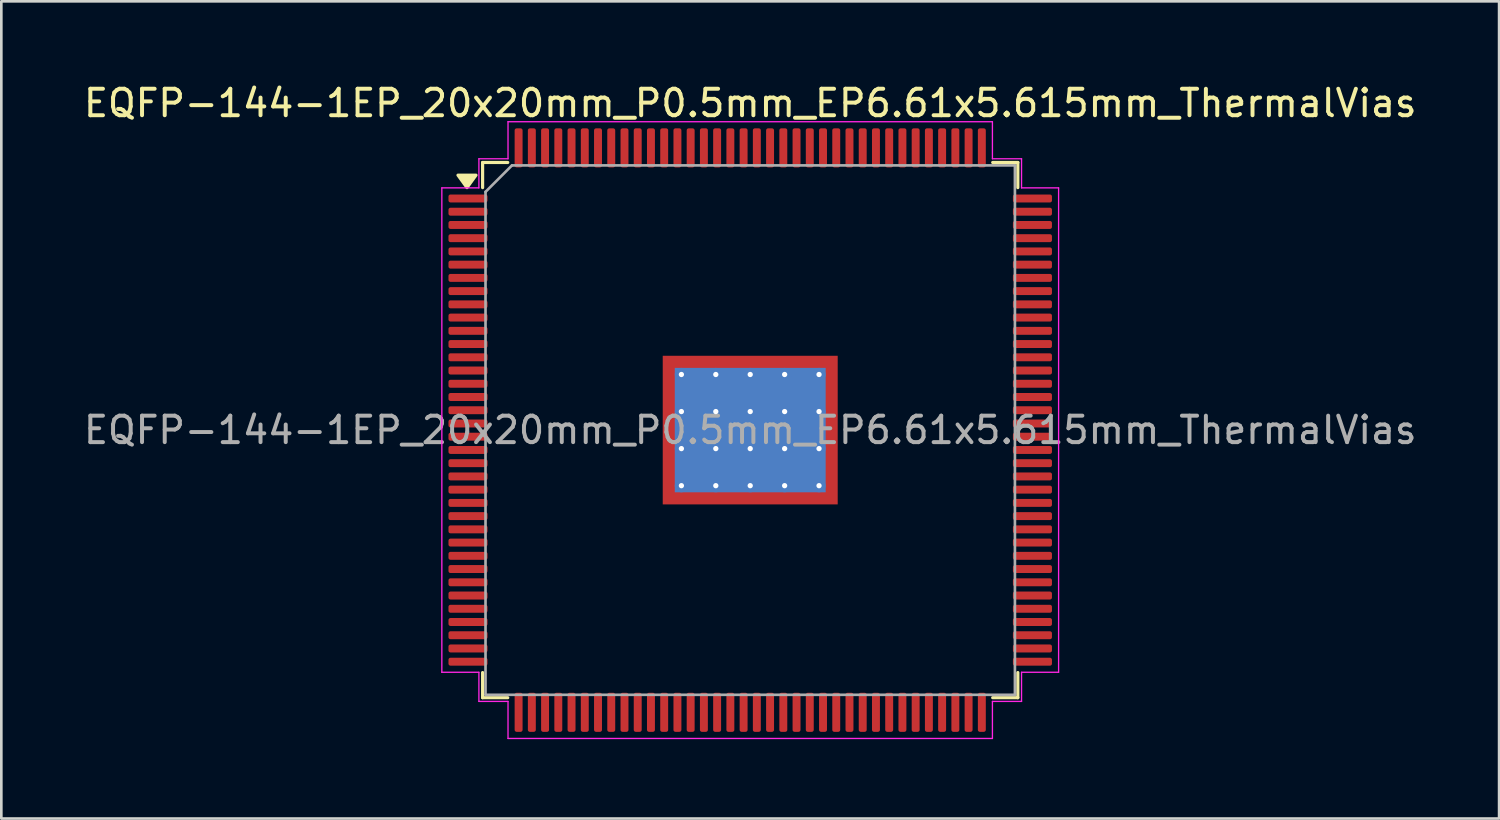
<source format=kicad_pcb>
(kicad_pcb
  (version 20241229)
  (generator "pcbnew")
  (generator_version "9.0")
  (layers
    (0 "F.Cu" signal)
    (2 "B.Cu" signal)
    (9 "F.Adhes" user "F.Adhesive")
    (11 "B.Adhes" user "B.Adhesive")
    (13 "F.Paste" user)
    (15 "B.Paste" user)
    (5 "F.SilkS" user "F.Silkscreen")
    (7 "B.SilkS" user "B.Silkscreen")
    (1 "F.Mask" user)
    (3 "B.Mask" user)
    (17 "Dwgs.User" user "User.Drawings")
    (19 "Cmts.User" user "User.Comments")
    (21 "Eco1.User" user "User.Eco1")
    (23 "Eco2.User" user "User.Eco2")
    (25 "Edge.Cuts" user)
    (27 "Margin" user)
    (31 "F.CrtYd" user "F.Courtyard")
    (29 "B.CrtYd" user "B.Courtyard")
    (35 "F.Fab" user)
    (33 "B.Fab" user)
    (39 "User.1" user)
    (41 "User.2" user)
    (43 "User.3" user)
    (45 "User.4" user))
  (footprint "EQFP-144-1EP_20x20mm_P0.5mm_EP6.61x5.615mm_ThermalVias"
    (layer "F.Cu")
    (at 25.292 13.198)
    (property "Reference" "EQFP-144-1EP_20x20mm_P0.5mm_EP6.61x5.615mm_ThermalVias" (at 0 -12.35 0) (layer "F.SilkS") (effects (font (size 1 1) (thickness 0.15))))
    (attr smd)
    (fp_line (start -10.11 -10.11) (end -10.11 -9.16) (stroke (width 0.12) (type solid)) (layer "F.SilkS"))
    (fp_line (start -10.11 10.11) (end -10.11 9.16) (stroke (width 0.12) (type solid)) (layer "F.SilkS"))
    (fp_line (start -9.16 -10.11) (end -10.11 -10.11) (stroke (width 0.12) (type solid)) (layer "F.SilkS"))
    (fp_line (start -9.16 10.11) (end -10.11 10.11) (stroke (width 0.12) (type solid)) (layer "F.SilkS"))
    (fp_line (start 9.16 -10.11) (end 10.11 -10.11) (stroke (width 0.12) (type solid)) (layer "F.SilkS"))
    (fp_line (start 9.16 10.11) (end 10.11 10.11) (stroke (width 0.12) (type solid)) (layer "F.SilkS"))
    (fp_line (start 10.11 -10.11) (end 10.11 -9.16) (stroke (width 0.12) (type solid)) (layer "F.SilkS"))
    (fp_line (start 10.11 10.11) (end 10.11 9.16) (stroke (width 0.12) (type solid)) (layer "F.SilkS"))
    (fp_poly (pts (xy -10.7 -9.16) (xy -11.04 -9.63) (xy -10.36 -9.63)) (stroke (width 0.12) (type solid)) (fill yes) (layer "F.SilkS"))
    (fp_line (start -11.65 -9.15) (end -10.25 -9.15) (stroke (width 0.05) (type solid)) (layer "F.CrtYd"))
    (fp_line (start -11.65 9.15) (end -11.65 -9.15) (stroke (width 0.05) (type solid)) (layer "F.CrtYd"))
    (fp_line (start -10.25 -10.25) (end -9.15 -10.25) (stroke (width 0.05) (type solid)) (layer "F.CrtYd"))
    (fp_line (start -10.25 -9.15) (end -10.25 -10.25) (stroke (width 0.05) (type solid)) (layer "F.CrtYd"))
    (fp_line (start -10.25 9.15) (end -11.65 9.15) (stroke (width 0.05) (type solid)) (layer "F.CrtYd"))
    (fp_line (start -10.25 10.25) (end -10.25 9.15) (stroke (width 0.05) (type solid)) (layer "F.CrtYd"))
    (fp_line (start -9.15 -11.65) (end 9.15 -11.65) (stroke (width 0.05) (type solid)) (layer "F.CrtYd"))
    (fp_line (start -9.15 -10.25) (end -9.15 -11.65) (stroke (width 0.05) (type solid)) (layer "F.CrtYd"))
    (fp_line (start -9.15 10.25) (end -10.25 10.25) (stroke (width 0.05) (type solid)) (layer "F.CrtYd"))
    (fp_line (start -9.15 11.65) (end -9.15 10.25) (stroke (width 0.05) (type solid)) (layer "F.CrtYd"))
    (fp_line (start 9.15 -11.65) (end 9.15 -10.25) (stroke (width 0.05) (type solid)) (layer "F.CrtYd"))
    (fp_line (start 9.15 -10.25) (end 10.25 -10.25) (stroke (width 0.05) (type solid)) (layer "F.CrtYd"))
    (fp_line (start 9.15 10.25) (end 9.15 11.65) (stroke (width 0.05) (type solid)) (layer "F.CrtYd"))
    (fp_line (start 9.15 11.65) (end -9.15 11.65) (stroke (width 0.05) (type solid)) (layer "F.CrtYd"))
    (fp_line (start 10.25 -10.25) (end 10.25 -9.15) (stroke (width 0.05) (type solid)) (layer "F.CrtYd"))
    (fp_line (start 10.25 -9.15) (end 11.65 -9.15) (stroke (width 0.05) (type solid)) (layer "F.CrtYd"))
    (fp_line (start 10.25 9.15) (end 10.25 10.25) (stroke (width 0.05) (type solid)) (layer "F.CrtYd"))
    (fp_line (start 10.25 10.25) (end 9.15 10.25) (stroke (width 0.05) (type solid)) (layer "F.CrtYd"))
    (fp_line (start 11.65 -9.15) (end 11.65 9.15) (stroke (width 0.05) (type solid)) (layer "F.CrtYd"))
    (fp_line (start 11.65 9.15) (end 10.25 9.15) (stroke (width 0.05) (type solid)) (layer "F.CrtYd"))
    (fp_line (start -10 -9) (end -9 -10) (stroke (width 0.1) (type solid)) (layer "F.Fab"))
    (fp_line (start -10 10) (end -10 -9) (stroke (width 0.1) (type solid)) (layer "F.Fab"))
    (fp_line (start -9 -10) (end 10 -10) (stroke (width 0.1) (type solid)) (layer "F.Fab"))
    (fp_line (start 10 -10) (end 10 10) (stroke (width 0.1) (type solid)) (layer "F.Fab"))
    (fp_line (start 10 10) (end -10 10) (stroke (width 0.1) (type solid)) (layer "F.Fab"))
    (fp_text user "${REFERENCE}" (at 0 0 0) (layer "F.Fab") (effects (font (size 1 1) (thickness 0.15))))
    (pad "" smd roundrect (at -2.64 -2.1) (size 1.07 1.13) (layers "F.Paste") (roundrect_rratio 0.234))
    (pad "" smd roundrect (at -2.64 -0.7) (size 1.07 1.13) (layers "F.Paste") (roundrect_rratio 0.234))
    (pad "" smd roundrect (at -2.64 0.7) (size 1.07 1.13) (layers "F.Paste") (roundrect_rratio 0.234))
    (pad "" smd roundrect (at -2.64 2.1) (size 1.07 1.13) (layers "F.Paste") (roundrect_rratio 0.234))
    (pad "" smd roundrect (at -1.32 -2.1) (size 1.07 1.13) (layers "F.Paste") (roundrect_rratio 0.234))
    (pad "" smd roundrect (at -1.32 -0.7) (size 1.07 1.13) (layers "F.Paste") (roundrect_rratio 0.234))
    (pad "" smd roundrect (at -1.32 0.7) (size 1.07 1.13) (layers "F.Paste") (roundrect_rratio 0.234))
    (pad "" smd roundrect (at -1.32 2.1) (size 1.07 1.13) (layers "F.Paste") (roundrect_rratio 0.234))
    (pad "" smd roundrect (at 0 -2.1) (size 1.07 1.13) (layers "F.Paste") (roundrect_rratio 0.234))
    (pad "" smd roundrect (at 0 -0.7) (size 1.07 1.13) (layers "F.Paste") (roundrect_rratio 0.234))
    (pad "" smd roundrect (at 0 0.7) (size 1.07 1.13) (layers "F.Paste") (roundrect_rratio 0.234))
    (pad "" smd roundrect (at 0 2.1) (size 1.07 1.13) (layers "F.Paste") (roundrect_rratio 0.234))
    (pad "" smd roundrect (at 1.32 -2.1) (size 1.07 1.13) (layers "F.Paste") (roundrect_rratio 0.234))
    (pad "" smd roundrect (at 1.32 -0.7) (size 1.07 1.13) (layers "F.Paste") (roundrect_rratio 0.234))
    (pad "" smd roundrect (at 1.32 0.7) (size 1.07 1.13) (layers "F.Paste") (roundrect_rratio 0.234))
    (pad "" smd roundrect (at 1.32 2.1) (size 1.07 1.13) (layers "F.Paste") (roundrect_rratio 0.234))
    (pad "" smd roundrect (at 2.64 -2.1) (size 1.07 1.13) (layers "F.Paste") (roundrect_rratio 0.234))
    (pad "" smd roundrect (at 2.64 -0.7) (size 1.07 1.13) (layers "F.Paste") (roundrect_rratio 0.234))
    (pad "" smd roundrect (at 2.64 0.7) (size 1.07 1.13) (layers "F.Paste") (roundrect_rratio 0.234))
    (pad "" smd roundrect (at 2.64 2.1) (size 1.07 1.13) (layers "F.Paste") (roundrect_rratio 0.234))
    (pad "1" smd roundrect (at -10.662 -8.75) (size 1.475 0.3) (layers "F.Cu" "F.Mask" "F.Paste") (roundrect_rratio 0.25))
    (pad "2" smd roundrect (at -10.662 -8.25) (size 1.475 0.3) (layers "F.Cu" "F.Mask" "F.Paste") (roundrect_rratio 0.25))
    (pad "3" smd roundrect (at -10.662 -7.75) (size 1.475 0.3) (layers "F.Cu" "F.Mask" "F.Paste") (roundrect_rratio 0.25))
    (pad "4" smd roundrect (at -10.662 -7.25) (size 1.475 0.3) (layers "F.Cu" "F.Mask" "F.Paste") (roundrect_rratio 0.25))
    (pad "5" smd roundrect (at -10.662 -6.75) (size 1.475 0.3) (layers "F.Cu" "F.Mask" "F.Paste") (roundrect_rratio 0.25))
    (pad "6" smd roundrect (at -10.662 -6.25) (size 1.475 0.3) (layers "F.Cu" "F.Mask" "F.Paste") (roundrect_rratio 0.25))
    (pad "7" smd roundrect (at -10.662 -5.75) (size 1.475 0.3) (layers "F.Cu" "F.Mask" "F.Paste") (roundrect_rratio 0.25))
    (pad "8" smd roundrect (at -10.662 -5.25) (size 1.475 0.3) (layers "F.Cu" "F.Mask" "F.Paste") (roundrect_rratio 0.25))
    (pad "9" smd roundrect (at -10.662 -4.75) (size 1.475 0.3) (layers "F.Cu" "F.Mask" "F.Paste") (roundrect_rratio 0.25))
    (pad "10" smd roundrect (at -10.662 -4.25) (size 1.475 0.3) (layers "F.Cu" "F.Mask" "F.Paste") (roundrect_rratio 0.25))
    (pad "11" smd roundrect (at -10.662 -3.75) (size 1.475 0.3) (layers "F.Cu" "F.Mask" "F.Paste") (roundrect_rratio 0.25))
    (pad "12" smd roundrect (at -10.662 -3.25) (size 1.475 0.3) (layers "F.Cu" "F.Mask" "F.Paste") (roundrect_rratio 0.25))
    (pad "13" smd roundrect (at -10.662 -2.75) (size 1.475 0.3) (layers "F.Cu" "F.Mask" "F.Paste") (roundrect_rratio 0.25))
    (pad "14" smd roundrect (at -10.662 -2.25) (size 1.475 0.3) (layers "F.Cu" "F.Mask" "F.Paste") (roundrect_rratio 0.25))
    (pad "15" smd roundrect (at -10.662 -1.75) (size 1.475 0.3) (layers "F.Cu" "F.Mask" "F.Paste") (roundrect_rratio 0.25))
    (pad "16" smd roundrect (at -10.662 -1.25) (size 1.475 0.3) (layers "F.Cu" "F.Mask" "F.Paste") (roundrect_rratio 0.25))
    (pad "17" smd roundrect (at -10.662 -0.75) (size 1.475 0.3) (layers "F.Cu" "F.Mask" "F.Paste") (roundrect_rratio 0.25))
    (pad "18" smd roundrect (at -10.662 -0.25) (size 1.475 0.3) (layers "F.Cu" "F.Mask" "F.Paste") (roundrect_rratio 0.25))
    (pad "19" smd roundrect (at -10.662 0.25) (size 1.475 0.3) (layers "F.Cu" "F.Mask" "F.Paste") (roundrect_rratio 0.25))
    (pad "20" smd roundrect (at -10.662 0.75) (size 1.475 0.3) (layers "F.Cu" "F.Mask" "F.Paste") (roundrect_rratio 0.25))
    (pad "21" smd roundrect (at -10.662 1.25) (size 1.475 0.3) (layers "F.Cu" "F.Mask" "F.Paste") (roundrect_rratio 0.25))
    (pad "22" smd roundrect (at -10.662 1.75) (size 1.475 0.3) (layers "F.Cu" "F.Mask" "F.Paste") (roundrect_rratio 0.25))
    (pad "23" smd roundrect (at -10.662 2.25) (size 1.475 0.3) (layers "F.Cu" "F.Mask" "F.Paste") (roundrect_rratio 0.25))
    (pad "24" smd roundrect (at -10.662 2.75) (size 1.475 0.3) (layers "F.Cu" "F.Mask" "F.Paste") (roundrect_rratio 0.25))
    (pad "25" smd roundrect (at -10.662 3.25) (size 1.475 0.3) (layers "F.Cu" "F.Mask" "F.Paste") (roundrect_rratio 0.25))
    (pad "26" smd roundrect (at -10.662 3.75) (size 1.475 0.3) (layers "F.Cu" "F.Mask" "F.Paste") (roundrect_rratio 0.25))
    (pad "27" smd roundrect (at -10.662 4.25) (size 1.475 0.3) (layers "F.Cu" "F.Mask" "F.Paste") (roundrect_rratio 0.25))
    (pad "28" smd roundrect (at -10.662 4.75) (size 1.475 0.3) (layers "F.Cu" "F.Mask" "F.Paste") (roundrect_rratio 0.25))
    (pad "29" smd roundrect (at -10.662 5.25) (size 1.475 0.3) (layers "F.Cu" "F.Mask" "F.Paste") (roundrect_rratio 0.25))
    (pad "30" smd roundrect (at -10.662 5.75) (size 1.475 0.3) (layers "F.Cu" "F.Mask" "F.Paste") (roundrect_rratio 0.25))
    (pad "31" smd roundrect (at -10.662 6.25) (size 1.475 0.3) (layers "F.Cu" "F.Mask" "F.Paste") (roundrect_rratio 0.25))
    (pad "32" smd roundrect (at -10.662 6.75) (size 1.475 0.3) (layers "F.Cu" "F.Mask" "F.Paste") (roundrect_rratio 0.25))
    (pad "33" smd roundrect (at -10.662 7.25) (size 1.475 0.3) (layers "F.Cu" "F.Mask" "F.Paste") (roundrect_rratio 0.25))
    (pad "34" smd roundrect (at -10.662 7.75) (size 1.475 0.3) (layers "F.Cu" "F.Mask" "F.Paste") (roundrect_rratio 0.25))
    (pad "35" smd roundrect (at -10.662 8.25) (size 1.475 0.3) (layers "F.Cu" "F.Mask" "F.Paste") (roundrect_rratio 0.25))
    (pad "36" smd roundrect (at -10.662 8.75) (size 1.475 0.3) (layers "F.Cu" "F.Mask" "F.Paste") (roundrect_rratio 0.25))
    (pad "37" smd roundrect (at -8.75 10.662) (size 0.3 1.475) (layers "F.Cu" "F.Mask" "F.Paste") (roundrect_rratio 0.25))
    (pad "38" smd roundrect (at -8.25 10.662) (size 0.3 1.475) (layers "F.Cu" "F.Mask" "F.Paste") (roundrect_rratio 0.25))
    (pad "39" smd roundrect (at -7.75 10.662) (size 0.3 1.475) (layers "F.Cu" "F.Mask" "F.Paste") (roundrect_rratio 0.25))
    (pad "40" smd roundrect (at -7.25 10.662) (size 0.3 1.475) (layers "F.Cu" "F.Mask" "F.Paste") (roundrect_rratio 0.25))
    (pad "41" smd roundrect (at -6.75 10.662) (size 0.3 1.475) (layers "F.Cu" "F.Mask" "F.Paste") (roundrect_rratio 0.25))
    (pad "42" smd roundrect (at -6.25 10.662) (size 0.3 1.475) (layers "F.Cu" "F.Mask" "F.Paste") (roundrect_rratio 0.25))
    (pad "43" smd roundrect (at -5.75 10.662) (size 0.3 1.475) (layers "F.Cu" "F.Mask" "F.Paste") (roundrect_rratio 0.25))
    (pad "44" smd roundrect (at -5.25 10.662) (size 0.3 1.475) (layers "F.Cu" "F.Mask" "F.Paste") (roundrect_rratio 0.25))
    (pad "45" smd roundrect (at -4.75 10.662) (size 0.3 1.475) (layers "F.Cu" "F.Mask" "F.Paste") (roundrect_rratio 0.25))
    (pad "46" smd roundrect (at -4.25 10.662) (size 0.3 1.475) (layers "F.Cu" "F.Mask" "F.Paste") (roundrect_rratio 0.25))
    (pad "47" smd roundrect (at -3.75 10.662) (size 0.3 1.475) (layers "F.Cu" "F.Mask" "F.Paste") (roundrect_rratio 0.25))
    (pad "48" smd roundrect (at -3.25 10.662) (size 0.3 1.475) (layers "F.Cu" "F.Mask" "F.Paste") (roundrect_rratio 0.25))
    (pad "49" smd roundrect (at -2.75 10.662) (size 0.3 1.475) (layers "F.Cu" "F.Mask" "F.Paste") (roundrect_rratio 0.25))
    (pad "50" smd roundrect (at -2.25 10.662) (size 0.3 1.475) (layers "F.Cu" "F.Mask" "F.Paste") (roundrect_rratio 0.25))
    (pad "51" smd roundrect (at -1.75 10.662) (size 0.3 1.475) (layers "F.Cu" "F.Mask" "F.Paste") (roundrect_rratio 0.25))
    (pad "52" smd roundrect (at -1.25 10.662) (size 0.3 1.475) (layers "F.Cu" "F.Mask" "F.Paste") (roundrect_rratio 0.25))
    (pad "53" smd roundrect (at -0.75 10.662) (size 0.3 1.475) (layers "F.Cu" "F.Mask" "F.Paste") (roundrect_rratio 0.25))
    (pad "54" smd roundrect (at -0.25 10.662) (size 0.3 1.475) (layers "F.Cu" "F.Mask" "F.Paste") (roundrect_rratio 0.25))
    (pad "55" smd roundrect (at 0.25 10.662) (size 0.3 1.475) (layers "F.Cu" "F.Mask" "F.Paste") (roundrect_rratio 0.25))
    (pad "56" smd roundrect (at 0.75 10.662) (size 0.3 1.475) (layers "F.Cu" "F.Mask" "F.Paste") (roundrect_rratio 0.25))
    (pad "57" smd roundrect (at 1.25 10.662) (size 0.3 1.475) (layers "F.Cu" "F.Mask" "F.Paste") (roundrect_rratio 0.25))
    (pad "58" smd roundrect (at 1.75 10.662) (size 0.3 1.475) (layers "F.Cu" "F.Mask" "F.Paste") (roundrect_rratio 0.25))
    (pad "59" smd roundrect (at 2.25 10.662) (size 0.3 1.475) (layers "F.Cu" "F.Mask" "F.Paste") (roundrect_rratio 0.25))
    (pad "60" smd roundrect (at 2.75 10.662) (size 0.3 1.475) (layers "F.Cu" "F.Mask" "F.Paste") (roundrect_rratio 0.25))
    (pad "61" smd roundrect (at 3.25 10.662) (size 0.3 1.475) (layers "F.Cu" "F.Mask" "F.Paste") (roundrect_rratio 0.25))
    (pad "62" smd roundrect (at 3.75 10.662) (size 0.3 1.475) (layers "F.Cu" "F.Mask" "F.Paste") (roundrect_rratio 0.25))
    (pad "63" smd roundrect (at 4.25 10.662) (size 0.3 1.475) (layers "F.Cu" "F.Mask" "F.Paste") (roundrect_rratio 0.25))
    (pad "64" smd roundrect (at 4.75 10.662) (size 0.3 1.475) (layers "F.Cu" "F.Mask" "F.Paste") (roundrect_rratio 0.25))
    (pad "65" smd roundrect (at 5.25 10.662) (size 0.3 1.475) (layers "F.Cu" "F.Mask" "F.Paste") (roundrect_rratio 0.25))
    (pad "66" smd roundrect (at 5.75 10.662) (size 0.3 1.475) (layers "F.Cu" "F.Mask" "F.Paste") (roundrect_rratio 0.25))
    (pad "67" smd roundrect (at 6.25 10.662) (size 0.3 1.475) (layers "F.Cu" "F.Mask" "F.Paste") (roundrect_rratio 0.25))
    (pad "68" smd roundrect (at 6.75 10.662) (size 0.3 1.475) (layers "F.Cu" "F.Mask" "F.Paste") (roundrect_rratio 0.25))
    (pad "69" smd roundrect (at 7.25 10.662) (size 0.3 1.475) (layers "F.Cu" "F.Mask" "F.Paste") (roundrect_rratio 0.25))
    (pad "70" smd roundrect (at 7.75 10.662) (size 0.3 1.475) (layers "F.Cu" "F.Mask" "F.Paste") (roundrect_rratio 0.25))
    (pad "71" smd roundrect (at 8.25 10.662) (size 0.3 1.475) (layers "F.Cu" "F.Mask" "F.Paste") (roundrect_rratio 0.25))
    (pad "72" smd roundrect (at 8.75 10.662) (size 0.3 1.475) (layers "F.Cu" "F.Mask" "F.Paste") (roundrect_rratio 0.25))
    (pad "73" smd roundrect (at 10.662 8.75) (size 1.475 0.3) (layers "F.Cu" "F.Mask" "F.Paste") (roundrect_rratio 0.25))
    (pad "74" smd roundrect (at 10.662 8.25) (size 1.475 0.3) (layers "F.Cu" "F.Mask" "F.Paste") (roundrect_rratio 0.25))
    (pad "75" smd roundrect (at 10.662 7.75) (size 1.475 0.3) (layers "F.Cu" "F.Mask" "F.Paste") (roundrect_rratio 0.25))
    (pad "76" smd roundrect (at 10.662 7.25) (size 1.475 0.3) (layers "F.Cu" "F.Mask" "F.Paste") (roundrect_rratio 0.25))
    (pad "77" smd roundrect (at 10.662 6.75) (size 1.475 0.3) (layers "F.Cu" "F.Mask" "F.Paste") (roundrect_rratio 0.25))
    (pad "78" smd roundrect (at 10.662 6.25) (size 1.475 0.3) (layers "F.Cu" "F.Mask" "F.Paste") (roundrect_rratio 0.25))
    (pad "79" smd roundrect (at 10.662 5.75) (size 1.475 0.3) (layers "F.Cu" "F.Mask" "F.Paste") (roundrect_rratio 0.25))
    (pad "80" smd roundrect (at 10.662 5.25) (size 1.475 0.3) (layers "F.Cu" "F.Mask" "F.Paste") (roundrect_rratio 0.25))
    (pad "81" smd roundrect (at 10.662 4.75) (size 1.475 0.3) (layers "F.Cu" "F.Mask" "F.Paste") (roundrect_rratio 0.25))
    (pad "82" smd roundrect (at 10.662 4.25) (size 1.475 0.3) (layers "F.Cu" "F.Mask" "F.Paste") (roundrect_rratio 0.25))
    (pad "83" smd roundrect (at 10.662 3.75) (size 1.475 0.3) (layers "F.Cu" "F.Mask" "F.Paste") (roundrect_rratio 0.25))
    (pad "84" smd roundrect (at 10.662 3.25) (size 1.475 0.3) (layers "F.Cu" "F.Mask" "F.Paste") (roundrect_rratio 0.25))
    (pad "85" smd roundrect (at 10.662 2.75) (size 1.475 0.3) (layers "F.Cu" "F.Mask" "F.Paste") (roundrect_rratio 0.25))
    (pad "86" smd roundrect (at 10.662 2.25) (size 1.475 0.3) (layers "F.Cu" "F.Mask" "F.Paste") (roundrect_rratio 0.25))
    (pad "87" smd roundrect (at 10.662 1.75) (size 1.475 0.3) (layers "F.Cu" "F.Mask" "F.Paste") (roundrect_rratio 0.25))
    (pad "88" smd roundrect (at 10.662 1.25) (size 1.475 0.3) (layers "F.Cu" "F.Mask" "F.Paste") (roundrect_rratio 0.25))
    (pad "89" smd roundrect (at 10.662 0.75) (size 1.475 0.3) (layers "F.Cu" "F.Mask" "F.Paste") (roundrect_rratio 0.25))
    (pad "90" smd roundrect (at 10.662 0.25) (size 1.475 0.3) (layers "F.Cu" "F.Mask" "F.Paste") (roundrect_rratio 0.25))
    (pad "91" smd roundrect (at 10.662 -0.25) (size 1.475 0.3) (layers "F.Cu" "F.Mask" "F.Paste") (roundrect_rratio 0.25))
    (pad "92" smd roundrect (at 10.662 -0.75) (size 1.475 0.3) (layers "F.Cu" "F.Mask" "F.Paste") (roundrect_rratio 0.25))
    (pad "93" smd roundrect (at 10.662 -1.25) (size 1.475 0.3) (layers "F.Cu" "F.Mask" "F.Paste") (roundrect_rratio 0.25))
    (pad "94" smd roundrect (at 10.662 -1.75) (size 1.475 0.3) (layers "F.Cu" "F.Mask" "F.Paste") (roundrect_rratio 0.25))
    (pad "95" smd roundrect (at 10.662 -2.25) (size 1.475 0.3) (layers "F.Cu" "F.Mask" "F.Paste") (roundrect_rratio 0.25))
    (pad "96" smd roundrect (at 10.662 -2.75) (size 1.475 0.3) (layers "F.Cu" "F.Mask" "F.Paste") (roundrect_rratio 0.25))
    (pad "97" smd roundrect (at 10.662 -3.25) (size 1.475 0.3) (layers "F.Cu" "F.Mask" "F.Paste") (roundrect_rratio 0.25))
    (pad "98" smd roundrect (at 10.662 -3.75) (size 1.475 0.3) (layers "F.Cu" "F.Mask" "F.Paste") (roundrect_rratio 0.25))
    (pad "99" smd roundrect (at 10.662 -4.25) (size 1.475 0.3) (layers "F.Cu" "F.Mask" "F.Paste") (roundrect_rratio 0.25))
    (pad "100" smd roundrect (at 10.662 -4.75) (size 1.475 0.3) (layers "F.Cu" "F.Mask" "F.Paste") (roundrect_rratio 0.25))
    (pad "101" smd roundrect (at 10.662 -5.25) (size 1.475 0.3) (layers "F.Cu" "F.Mask" "F.Paste") (roundrect_rratio 0.25))
    (pad "102" smd roundrect (at 10.662 -5.75) (size 1.475 0.3) (layers "F.Cu" "F.Mask" "F.Paste") (roundrect_rratio 0.25))
    (pad "103" smd roundrect (at 10.662 -6.25) (size 1.475 0.3) (layers "F.Cu" "F.Mask" "F.Paste") (roundrect_rratio 0.25))
    (pad "104" smd roundrect (at 10.662 -6.75) (size 1.475 0.3) (layers "F.Cu" "F.Mask" "F.Paste") (roundrect_rratio 0.25))
    (pad "105" smd roundrect (at 10.662 -7.25) (size 1.475 0.3) (layers "F.Cu" "F.Mask" "F.Paste") (roundrect_rratio 0.25))
    (pad "106" smd roundrect (at 10.662 -7.75) (size 1.475 0.3) (layers "F.Cu" "F.Mask" "F.Paste") (roundrect_rratio 0.25))
    (pad "107" smd roundrect (at 10.662 -8.25) (size 1.475 0.3) (layers "F.Cu" "F.Mask" "F.Paste") (roundrect_rratio 0.25))
    (pad "108" smd roundrect (at 10.662 -8.75) (size 1.475 0.3) (layers "F.Cu" "F.Mask" "F.Paste") (roundrect_rratio 0.25))
    (pad "109" smd roundrect (at 8.75 -10.662) (size 0.3 1.475) (layers "F.Cu" "F.Mask" "F.Paste") (roundrect_rratio 0.25))
    (pad "110" smd roundrect (at 8.25 -10.662) (size 0.3 1.475) (layers "F.Cu" "F.Mask" "F.Paste") (roundrect_rratio 0.25))
    (pad "111" smd roundrect (at 7.75 -10.662) (size 0.3 1.475) (layers "F.Cu" "F.Mask" "F.Paste") (roundrect_rratio 0.25))
    (pad "112" smd roundrect (at 7.25 -10.662) (size 0.3 1.475) (layers "F.Cu" "F.Mask" "F.Paste") (roundrect_rratio 0.25))
    (pad "113" smd roundrect (at 6.75 -10.662) (size 0.3 1.475) (layers "F.Cu" "F.Mask" "F.Paste") (roundrect_rratio 0.25))
    (pad "114" smd roundrect (at 6.25 -10.662) (size 0.3 1.475) (layers "F.Cu" "F.Mask" "F.Paste") (roundrect_rratio 0.25))
    (pad "115" smd roundrect (at 5.75 -10.662) (size 0.3 1.475) (layers "F.Cu" "F.Mask" "F.Paste") (roundrect_rratio 0.25))
    (pad "116" smd roundrect (at 5.25 -10.662) (size 0.3 1.475) (layers "F.Cu" "F.Mask" "F.Paste") (roundrect_rratio 0.25))
    (pad "117" smd roundrect (at 4.75 -10.662) (size 0.3 1.475) (layers "F.Cu" "F.Mask" "F.Paste") (roundrect_rratio 0.25))
    (pad "118" smd roundrect (at 4.25 -10.662) (size 0.3 1.475) (layers "F.Cu" "F.Mask" "F.Paste") (roundrect_rratio 0.25))
    (pad "119" smd roundrect (at 3.75 -10.662) (size 0.3 1.475) (layers "F.Cu" "F.Mask" "F.Paste") (roundrect_rratio 0.25))
    (pad "120" smd roundrect (at 3.25 -10.662) (size 0.3 1.475) (layers "F.Cu" "F.Mask" "F.Paste") (roundrect_rratio 0.25))
    (pad "121" smd roundrect (at 2.75 -10.662) (size 0.3 1.475) (layers "F.Cu" "F.Mask" "F.Paste") (roundrect_rratio 0.25))
    (pad "122" smd roundrect (at 2.25 -10.662) (size 0.3 1.475) (layers "F.Cu" "F.Mask" "F.Paste") (roundrect_rratio 0.25))
    (pad "123" smd roundrect (at 1.75 -10.662) (size 0.3 1.475) (layers "F.Cu" "F.Mask" "F.Paste") (roundrect_rratio 0.25))
    (pad "124" smd roundrect (at 1.25 -10.662) (size 0.3 1.475) (layers "F.Cu" "F.Mask" "F.Paste") (roundrect_rratio 0.25))
    (pad "125" smd roundrect (at 0.75 -10.662) (size 0.3 1.475) (layers "F.Cu" "F.Mask" "F.Paste") (roundrect_rratio 0.25))
    (pad "126" smd roundrect (at 0.25 -10.662) (size 0.3 1.475) (layers "F.Cu" "F.Mask" "F.Paste") (roundrect_rratio 0.25))
    (pad "127" smd roundrect (at -0.25 -10.662) (size 0.3 1.475) (layers "F.Cu" "F.Mask" "F.Paste") (roundrect_rratio 0.25))
    (pad "128" smd roundrect (at -0.75 -10.662) (size 0.3 1.475) (layers "F.Cu" "F.Mask" "F.Paste") (roundrect_rratio 0.25))
    (pad "129" smd roundrect (at -1.25 -10.662) (size 0.3 1.475) (layers "F.Cu" "F.Mask" "F.Paste") (roundrect_rratio 0.25))
    (pad "130" smd roundrect (at -1.75 -10.662) (size 0.3 1.475) (layers "F.Cu" "F.Mask" "F.Paste") (roundrect_rratio 0.25))
    (pad "131" smd roundrect (at -2.25 -10.662) (size 0.3 1.475) (layers "F.Cu" "F.Mask" "F.Paste") (roundrect_rratio 0.25))
    (pad "132" smd roundrect (at -2.75 -10.662) (size 0.3 1.475) (layers "F.Cu" "F.Mask" "F.Paste") (roundrect_rratio 0.25))
    (pad "133" smd roundrect (at -3.25 -10.662) (size 0.3 1.475) (layers "F.Cu" "F.Mask" "F.Paste") (roundrect_rratio 0.25))
    (pad "134" smd roundrect (at -3.75 -10.662) (size 0.3 1.475) (layers "F.Cu" "F.Mask" "F.Paste") (roundrect_rratio 0.25))
    (pad "135" smd roundrect (at -4.25 -10.662) (size 0.3 1.475) (layers "F.Cu" "F.Mask" "F.Paste") (roundrect_rratio 0.25))
    (pad "136" smd roundrect (at -4.75 -10.662) (size 0.3 1.475) (layers "F.Cu" "F.Mask" "F.Paste") (roundrect_rratio 0.25))
    (pad "137" smd roundrect (at -5.25 -10.662) (size 0.3 1.475) (layers "F.Cu" "F.Mask" "F.Paste") (roundrect_rratio 0.25))
    (pad "138" smd roundrect (at -5.75 -10.662) (size 0.3 1.475) (layers "F.Cu" "F.Mask" "F.Paste") (roundrect_rratio 0.25))
    (pad "139" smd roundrect (at -6.25 -10.662) (size 0.3 1.475) (layers "F.Cu" "F.Mask" "F.Paste") (roundrect_rratio 0.25))
    (pad "140" smd roundrect (at -6.75 -10.662) (size 0.3 1.475) (layers "F.Cu" "F.Mask" "F.Paste") (roundrect_rratio 0.25))
    (pad "141" smd roundrect (at -7.25 -10.662) (size 0.3 1.475) (layers "F.Cu" "F.Mask" "F.Paste") (roundrect_rratio 0.25))
    (pad "142" smd roundrect (at -7.75 -10.662) (size 0.3 1.475) (layers "F.Cu" "F.Mask" "F.Paste") (roundrect_rratio 0.25))
    (pad "143" smd roundrect (at -8.25 -10.662) (size 0.3 1.475) (layers "F.Cu" "F.Mask" "F.Paste") (roundrect_rratio 0.25))
    (pad "144" smd roundrect (at -8.75 -10.662) (size 0.3 1.475) (layers "F.Cu" "F.Mask" "F.Paste") (roundrect_rratio 0.25))
    (pad "145" thru_hole circle (at -2.6 -2.1) (size 0.5 0.5) (drill 0.2) (property pad_prop_heatsink) (layers "*.Cu"))
    (pad "145" thru_hole circle (at -2.6 -0.7) (size 0.5 0.5) (drill 0.2) (property pad_prop_heatsink) (layers "*.Cu"))
    (pad "145" thru_hole circle (at -2.6 0.7) (size 0.5 0.5) (drill 0.2) (property pad_prop_heatsink) (layers "*.Cu"))
    (pad "145" thru_hole circle (at -2.6 2.1) (size 0.5 0.5) (drill 0.2) (property pad_prop_heatsink) (layers "*.Cu"))
    (pad "145" thru_hole circle (at -1.3 -2.1) (size 0.5 0.5) (drill 0.2) (property pad_prop_heatsink) (layers "*.Cu"))
    (pad "145" thru_hole circle (at -1.3 -0.7) (size 0.5 0.5) (drill 0.2) (property pad_prop_heatsink) (layers "*.Cu"))
    (pad "145" thru_hole circle (at -1.3 0.7) (size 0.5 0.5) (drill 0.2) (property pad_prop_heatsink) (layers "*.Cu"))
    (pad "145" thru_hole circle (at -1.3 2.1) (size 0.5 0.5) (drill 0.2) (property pad_prop_heatsink) (layers "*.Cu"))
    (pad "145" thru_hole circle (at 0 -2.1) (size 0.5 0.5) (drill 0.2) (property pad_prop_heatsink) (layers "*.Cu"))
    (pad "145" thru_hole circle (at 0 -0.7) (size 0.5 0.5) (drill 0.2) (property pad_prop_heatsink) (layers "*.Cu"))
    (pad "145" smd rect (at 0 0) (size 5.7 4.7) (property pad_prop_heatsink) (layers "B.Cu"))
    (pad "145" smd rect (at 0 0) (size 6.61 5.615) (property pad_prop_heatsink) (layers "F.Cu" "F.Mask"))
    (pad "145" thru_hole circle (at 0 0.7) (size 0.5 0.5) (drill 0.2) (property pad_prop_heatsink) (layers "*.Cu"))
    (pad "145" thru_hole circle (at 0 2.1) (size 0.5 0.5) (drill 0.2) (property pad_prop_heatsink) (layers "*.Cu"))
    (pad "145" thru_hole circle (at 1.3 -2.1) (size 0.5 0.5) (drill 0.2) (property pad_prop_heatsink) (layers "*.Cu"))
    (pad "145" thru_hole circle (at 1.3 -0.7) (size 0.5 0.5) (drill 0.2) (property pad_prop_heatsink) (layers "*.Cu"))
    (pad "145" thru_hole circle (at 1.3 0.7) (size 0.5 0.5) (drill 0.2) (property pad_prop_heatsink) (layers "*.Cu"))
    (pad "145" thru_hole circle (at 1.3 2.1) (size 0.5 0.5) (drill 0.2) (property pad_prop_heatsink) (layers "*.Cu"))
    (pad "145" thru_hole circle (at 2.6 -2.1) (size 0.5 0.5) (drill 0.2) (property pad_prop_heatsink) (layers "*.Cu"))
    (pad "145" thru_hole circle (at 2.6 -0.7) (size 0.5 0.5) (drill 0.2) (property pad_prop_heatsink) (layers "*.Cu"))
    (pad "145" thru_hole circle (at 2.6 0.7) (size 0.5 0.5) (drill 0.2) (property pad_prop_heatsink) (layers "*.Cu"))
    (pad "145" thru_hole circle (at 2.6 2.1) (size 0.5 0.5) (drill 0.2) (property pad_prop_heatsink) (layers "*.Cu")))
  (gr_rect
    (start -3 -3)
    (end 53.583 27.873)
    (stroke (width 0.1) (type default))
    (fill no)
    (layer "Edge.Cuts")))
</source>
